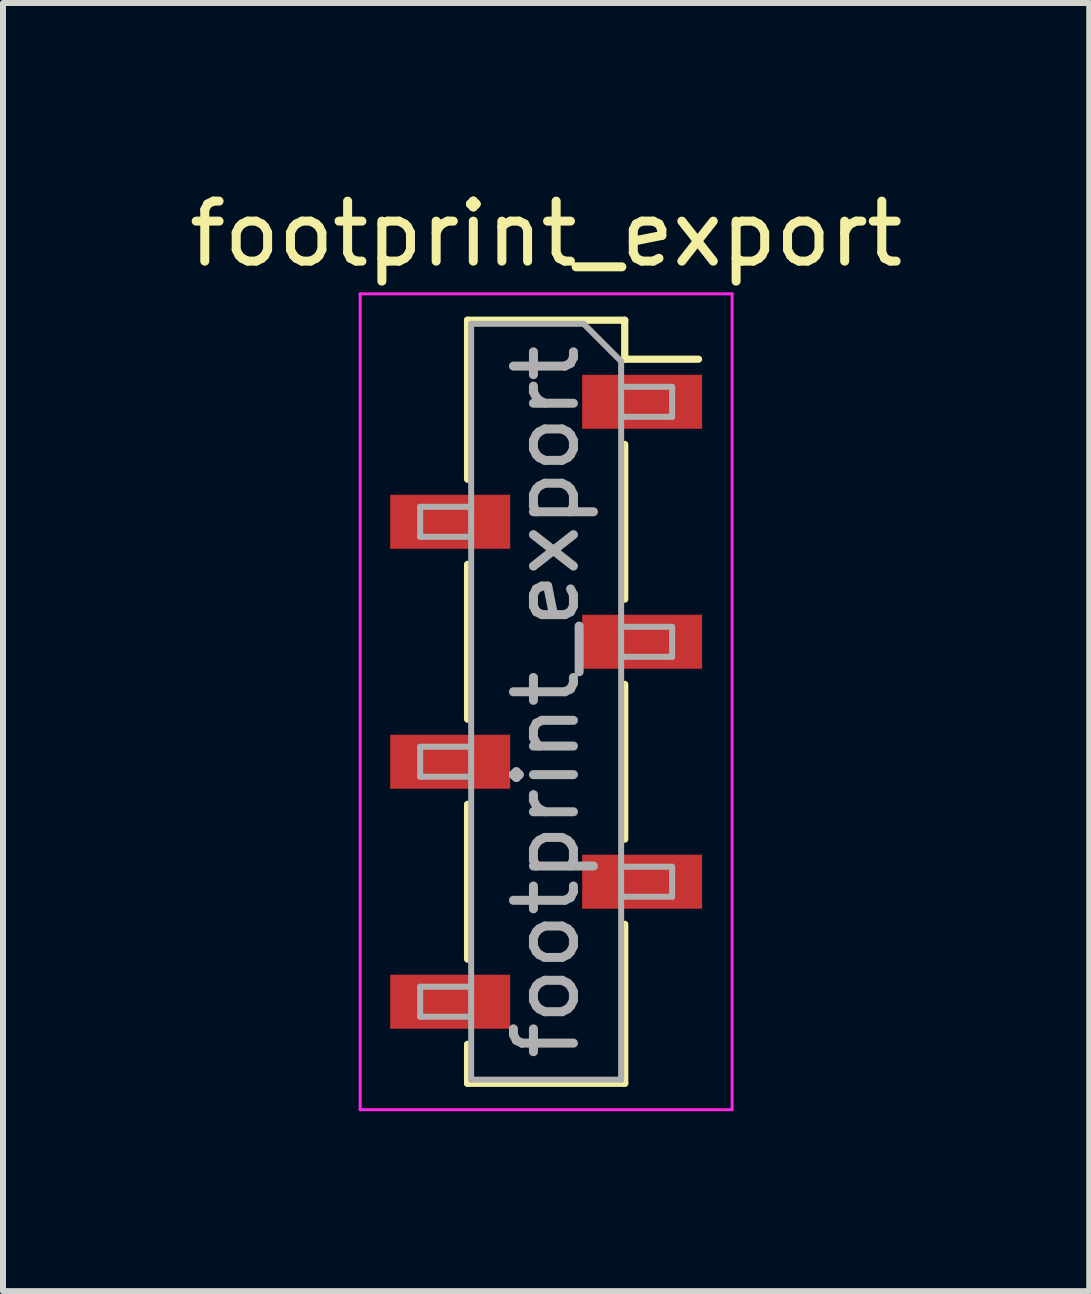
<source format=kicad_pcb>
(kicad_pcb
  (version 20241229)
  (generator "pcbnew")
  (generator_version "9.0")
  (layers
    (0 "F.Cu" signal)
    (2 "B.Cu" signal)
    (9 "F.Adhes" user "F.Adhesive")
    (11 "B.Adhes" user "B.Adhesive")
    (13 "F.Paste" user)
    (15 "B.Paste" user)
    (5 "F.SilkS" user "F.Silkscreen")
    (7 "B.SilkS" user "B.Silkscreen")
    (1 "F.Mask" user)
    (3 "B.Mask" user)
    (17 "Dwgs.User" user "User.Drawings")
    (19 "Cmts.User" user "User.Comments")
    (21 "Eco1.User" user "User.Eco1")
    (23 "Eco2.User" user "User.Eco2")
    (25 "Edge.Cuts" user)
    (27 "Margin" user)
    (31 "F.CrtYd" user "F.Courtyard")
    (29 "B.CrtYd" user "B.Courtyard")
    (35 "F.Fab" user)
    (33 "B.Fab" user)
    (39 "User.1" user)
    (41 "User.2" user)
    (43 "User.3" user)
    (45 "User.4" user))
  (footprint "footprint_export"
    (layer "F.Cu")
    (at 6.054 8.648)
    (property "Reference" "footprint_export" (at 0 -7.8 0) (layer "F.SilkS") (effects (font (size 1 1) (thickness 0.15))))
    (attr smd)
    (fp_line (start -1.31 -6.36) (end -1.31 -3.71) (stroke (width 0.12) (type solid)) (layer "F.SilkS"))
    (fp_line (start -1.31 -6.36) (end 1.31 -6.36) (stroke (width 0.12) (type solid)) (layer "F.SilkS"))
    (fp_line (start -1.31 -2.29) (end -1.31 0.29) (stroke (width 0.12) (type solid)) (layer "F.SilkS"))
    (fp_line (start -1.31 1.71) (end -1.31 4.29) (stroke (width 0.12) (type solid)) (layer "F.SilkS"))
    (fp_line (start -1.31 5.71) (end -1.31 6.36) (stroke (width 0.12) (type solid)) (layer "F.SilkS"))
    (fp_line (start -1.31 6.36) (end 1.31 6.36) (stroke (width 0.12) (type solid)) (layer "F.SilkS"))
    (fp_line (start 1.31 -6.36) (end 1.31 -5.71) (stroke (width 0.12) (type solid)) (layer "F.SilkS"))
    (fp_line (start 1.31 -5.71) (end 2.54 -5.71) (stroke (width 0.12) (type solid)) (layer "F.SilkS"))
    (fp_line (start 1.31 -4.29) (end 1.31 -1.71) (stroke (width 0.12) (type solid)) (layer "F.SilkS"))
    (fp_line (start 1.31 -0.29) (end 1.31 2.29) (stroke (width 0.12) (type solid)) (layer "F.SilkS"))
    (fp_line (start 1.31 3.71) (end 1.31 6.36) (stroke (width 0.12) (type solid)) (layer "F.SilkS"))
    (fp_line (start -3.1 -6.8) (end 3.1 -6.8) (stroke (width 0.05) (type solid)) (layer "F.CrtYd"))
    (fp_line (start -3.1 6.8) (end -3.1 -6.8) (stroke (width 0.05) (type solid)) (layer "F.CrtYd"))
    (fp_line (start 3.1 -6.8) (end 3.1 6.8) (stroke (width 0.05) (type solid)) (layer "F.CrtYd"))
    (fp_line (start 3.1 6.8) (end -3.1 6.8) (stroke (width 0.05) (type solid)) (layer "F.CrtYd"))
    (fp_line (start -2.1 -3.25) (end -1.25 -3.25) (stroke (width 0.1) (type solid)) (layer "F.Fab"))
    (fp_line (start -2.1 -2.75) (end -2.1 -3.25) (stroke (width 0.1) (type solid)) (layer "F.Fab"))
    (fp_line (start -2.1 0.75) (end -1.25 0.75) (stroke (width 0.1) (type solid)) (layer "F.Fab"))
    (fp_line (start -2.1 1.25) (end -2.1 0.75) (stroke (width 0.1) (type solid)) (layer "F.Fab"))
    (fp_line (start -2.1 4.75) (end -1.25 4.75) (stroke (width 0.1) (type solid)) (layer "F.Fab"))
    (fp_line (start -2.1 5.25) (end -2.1 4.75) (stroke (width 0.1) (type solid)) (layer "F.Fab"))
    (fp_line (start -1.25 -6.3) (end 0.625 -6.3) (stroke (width 0.1) (type solid)) (layer "F.Fab"))
    (fp_line (start -1.25 -2.75) (end -2.1 -2.75) (stroke (width 0.1) (type solid)) (layer "F.Fab"))
    (fp_line (start -1.25 1.25) (end -2.1 1.25) (stroke (width 0.1) (type solid)) (layer "F.Fab"))
    (fp_line (start -1.25 5.25) (end -2.1 5.25) (stroke (width 0.1) (type solid)) (layer "F.Fab"))
    (fp_line (start -1.25 6.3) (end -1.25 -6.3) (stroke (width 0.1) (type solid)) (layer "F.Fab"))
    (fp_line (start 0.625 -6.3) (end 1.25 -5.675) (stroke (width 0.1) (type solid)) (layer "F.Fab"))
    (fp_line (start 1.25 -5.675) (end 1.25 6.3) (stroke (width 0.1) (type solid)) (layer "F.Fab"))
    (fp_line (start 1.25 -5.25) (end 2.1 -5.25) (stroke (width 0.1) (type solid)) (layer "F.Fab"))
    (fp_line (start 1.25 -1.25) (end 2.1 -1.25) (stroke (width 0.1) (type solid)) (layer "F.Fab"))
    (fp_line (start 1.25 2.75) (end 2.1 2.75) (stroke (width 0.1) (type solid)) (layer "F.Fab"))
    (fp_line (start 1.25 6.3) (end -1.25 6.3) (stroke (width 0.1) (type solid)) (layer "F.Fab"))
    (fp_line (start 2.1 -5.25) (end 2.1 -4.75) (stroke (width 0.1) (type solid)) (layer "F.Fab"))
    (fp_line (start 2.1 -4.75) (end 1.25 -4.75) (stroke (width 0.1) (type solid)) (layer "F.Fab"))
    (fp_line (start 2.1 -1.25) (end 2.1 -0.75) (stroke (width 0.1) (type solid)) (layer "F.Fab"))
    (fp_line (start 2.1 -0.75) (end 1.25 -0.75) (stroke (width 0.1) (type solid)) (layer "F.Fab"))
    (fp_line (start 2.1 2.75) (end 2.1 3.25) (stroke (width 0.1) (type solid)) (layer "F.Fab"))
    (fp_line (start 2.1 3.25) (end 1.25 3.25) (stroke (width 0.1) (type solid)) (layer "F.Fab"))
    (fp_text user "${REFERENCE}" (at 0 0 90) (layer "F.Fab") (effects (font (size 1 1) (thickness 0.15))))
    (pad "1" smd rect (at 1.6 -5) (size 2 0.9) (layers "F.Cu" "F.Mask" "F.Paste"))
    (pad "2" smd rect (at -1.6 -3) (size 2 0.9) (layers "F.Cu" "F.Mask" "F.Paste"))
    (pad "3" smd rect (at 1.6 -1) (size 2 0.9) (layers "F.Cu" "F.Mask" "F.Paste"))
    (pad "4" smd rect (at -1.6 1) (size 2 0.9) (layers "F.Cu" "F.Mask" "F.Paste"))
    (pad "5" smd rect (at 1.6 3) (size 2 0.9) (layers "F.Cu" "F.Mask" "F.Paste"))
    (pad "6" smd rect (at -1.6 5) (size 2 0.9) (layers "F.Cu" "F.Mask" "F.Paste")))
  (gr_rect
    (start -3 -3)
    (end 15.107 18.473)
    (stroke (width 0.1) (type default))
    (fill no)
    (layer "Edge.Cuts")))
</source>
